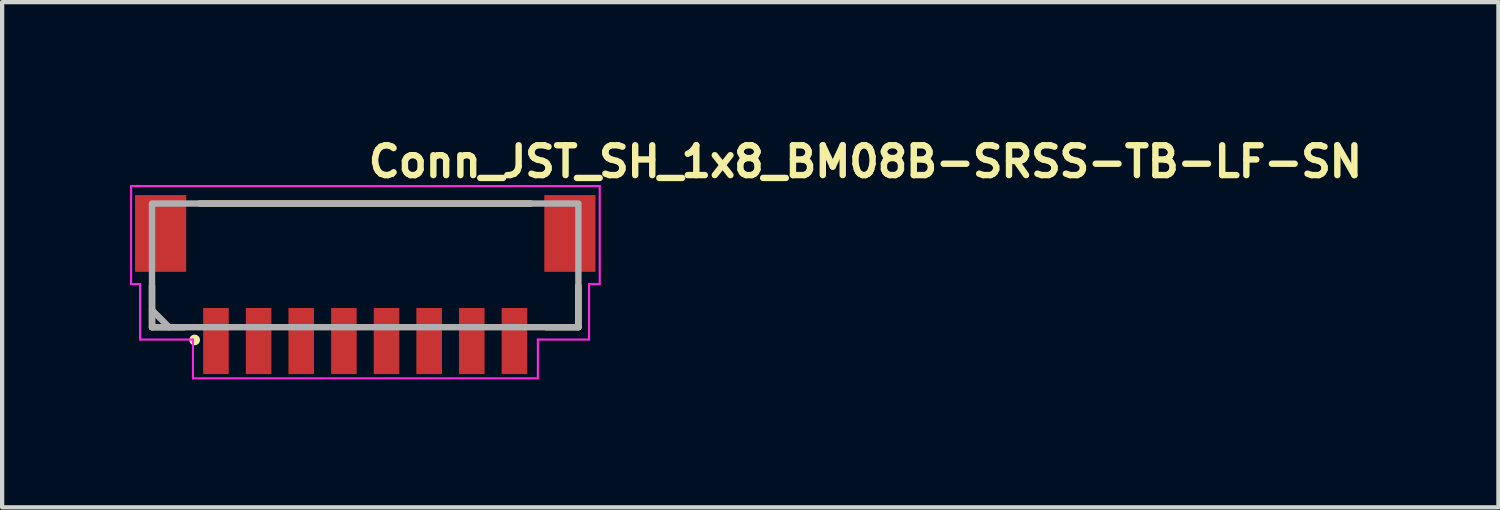
<source format=kicad_pcb>
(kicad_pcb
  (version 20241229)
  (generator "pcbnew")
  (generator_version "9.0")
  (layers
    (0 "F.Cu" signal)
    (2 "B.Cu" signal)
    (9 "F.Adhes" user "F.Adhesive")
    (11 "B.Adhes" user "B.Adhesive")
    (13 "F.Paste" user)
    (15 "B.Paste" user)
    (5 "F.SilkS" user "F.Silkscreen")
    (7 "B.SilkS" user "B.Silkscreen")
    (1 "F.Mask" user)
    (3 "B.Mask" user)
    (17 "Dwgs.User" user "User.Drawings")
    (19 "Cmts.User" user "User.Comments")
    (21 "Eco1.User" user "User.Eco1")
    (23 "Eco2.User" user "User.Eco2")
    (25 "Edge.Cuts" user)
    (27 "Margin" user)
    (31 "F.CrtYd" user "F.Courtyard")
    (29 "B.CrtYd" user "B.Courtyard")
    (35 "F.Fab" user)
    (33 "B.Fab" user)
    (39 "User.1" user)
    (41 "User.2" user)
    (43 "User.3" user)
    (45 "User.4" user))
  (footprint "Conn_JST_SH_1x8_BM08B-SRSS-TB-LF-SN"
    (layer "F.Cu")
    (at 5.515 3.65)
    (property "Reference" "Conn_JST_SH_1x8_BM08B-SRSS-TB-LF-SN" (at 0 -2.5 0) (layer "F.SilkS") (effects (font (size 0.7 0.7) (thickness 0.15)) (justify left bottom)))
    (attr smd)
    (fp_line (start -5 0.973) (end -5 0) (stroke (width 0.15) (type solid)) (layer "F.SilkS"))
    (fp_line (start -4.242 0.973) (end -5 0.973) (stroke (width 0.15) (type solid)) (layer "F.SilkS"))
    (fp_line (start 3.88 -1.926) (end -3.88 -1.926) (stroke (width 0.15) (type solid)) (layer "F.SilkS"))
    (fp_line (start 4.242 0.973) (end 5 0.973) (stroke (width 0.15) (type solid)) (layer "F.SilkS"))
    (fp_line (start 5 0.973) (end 5 0) (stroke (width 0.15) (type solid)) (layer "F.SilkS"))
    (fp_circle (center -4 1.273) (end -3.95 1.273) (stroke (width 0.15) (type solid)) (fill yes) (layer "F.SilkS"))
    (fp_line (start -5.49 -2.337) (end 5.5 -2.337) (stroke (width 0.05) (type solid)) (layer "F.CrtYd"))
    (fp_line (start -5.49 -0.037) (end -5.49 -2.337) (stroke (width 0.05) (type solid)) (layer "F.CrtYd"))
    (fp_line (start -5.28 -0.037) (end -5.49 -0.037) (stroke (width 0.05) (type solid)) (layer "F.CrtYd"))
    (fp_line (start -5.28 1.263) (end -5.28 -0.037) (stroke (width 0.05) (type solid)) (layer "F.CrtYd"))
    (fp_line (start -4.04 1.263) (end -5.28 1.263) (stroke (width 0.05) (type solid)) (layer "F.CrtYd"))
    (fp_line (start -4.04 2.173) (end -4.04 1.263) (stroke (width 0.05) (type solid)) (layer "F.CrtYd"))
    (fp_line (start 4.05 1.263) (end 4.05 2.173) (stroke (width 0.05) (type solid)) (layer "F.CrtYd"))
    (fp_line (start 4.05 2.173) (end -4.04 2.173) (stroke (width 0.05) (type solid)) (layer "F.CrtYd"))
    (fp_line (start 5.25 -0.037) (end 5.25 1.263) (stroke (width 0.05) (type solid)) (layer "F.CrtYd"))
    (fp_line (start 5.25 1.263) (end 4.05 1.263) (stroke (width 0.05) (type solid)) (layer "F.CrtYd"))
    (fp_line (start 5.5 -2.337) (end 5.5 -0.037) (stroke (width 0.05) (type solid)) (layer "F.CrtYd"))
    (fp_line (start 5.5 -0.037) (end 5.25 -0.037) (stroke (width 0.05) (type solid)) (layer "F.CrtYd"))
    (fp_line (start -5 0.573) (end -4.6 0.973) (stroke (width 0.15) (type solid)) (layer "F.Fab"))
    (fp_rect (start -5 -1.927) (end 5 0.973) (stroke (width 0.15) (type solid)) (fill no) (layer "F.Fab"))
    (fp_rect (start 5 1.673) (end -5 -1.927) (stroke (width 0.1) (type solid)) (fill no) (layer "User.5"))
    (fp_line (start -4.999 -1.926) (end -4.999 -0.225) (stroke (width 0.02) (type solid)) (layer "User.9"))
    (fp_line (start -4.999 -1.926) (end 5 -1.926) (stroke (width 0.02) (type solid)) (layer "User.9"))
    (fp_line (start -4.999 0.425) (end -4.999 -0.225) (stroke (width 0.02) (type solid)) (layer "User.9"))
    (fp_line (start -4.999 0.974) (end -4.999 0.425) (stroke (width 0.02) (type solid)) (layer "User.9"))
    (fp_line (start -4.548 -1.025) (end -4.548 -0.425) (stroke (width 0.02) (type solid)) (layer "User.9"))
    (fp_line (start -4.548 -0.425) (end -4.2 -0.425) (stroke (width 0.02) (type solid)) (layer "User.9"))
    (fp_line (start -4.498 -0.225) (end -4.999 -0.225) (stroke (width 0.02) (type solid)) (layer "User.9"))
    (fp_line (start -4.498 -0.225) (end -4.498 0.974) (stroke (width 0.02) (type solid)) (layer "User.9"))
    (fp_line (start -4.498 0.425) (end -4.999 0.425) (stroke (width 0.02) (type solid)) (layer "User.9"))
    (fp_line (start -4.498 0.974) (end -4.999 0.974) (stroke (width 0.02) (type solid)) (layer "User.9"))
    (fp_line (start -4.498 0.974) (end 4.5 0.974) (stroke (width 0.02) (type solid)) (layer "User.9"))
    (fp_line (start -4.2 -1.525) (end -4.2 -1.025) (stroke (width 0.02) (type solid)) (layer "User.9"))
    (fp_line (start -4.2 -1.025) (end -4.548 -1.025) (stroke (width 0.02) (type solid)) (layer "User.9"))
    (fp_line (start -4.2 -0.425) (end -4.2 -1.025) (stroke (width 0.02) (type solid)) (layer "User.9"))
    (fp_line (start -4.2 -0.425) (end -4.2 0.575) (stroke (width 0.02) (type solid)) (layer "User.9"))
    (fp_line (start -4.2 0.575) (end 4.202 0.575) (stroke (width 0.02) (type solid)) (layer "User.9"))
    (fp_line (start -3.6 -1.105) (end -3.398 -1.105) (stroke (width 0.02) (type solid)) (layer "User.9"))
    (fp_line (start -3.6 -0.755) (end -3.6 -1.105) (stroke (width 0.02) (type solid)) (layer "User.9"))
    (fp_line (start -3.6 -0.755) (end -3.398 -0.755) (stroke (width 0.02) (type solid)) (layer "User.9"))
    (fp_line (start -3.6 -0.625) (end -3.6 -0.755) (stroke (width 0.02) (type solid)) (layer "User.9"))
    (fp_line (start -3.6 -0.625) (end -3.398 -0.625) (stroke (width 0.02) (type solid)) (layer "User.9"))
    (fp_line (start -3.6 1.673) (end -3.6 0.974) (stroke (width 0.02) (type solid)) (layer "User.9"))
    (fp_line (start -3.6 1.673) (end -3.398 1.673) (stroke (width 0.02) (type solid)) (layer "User.9"))
    (fp_line (start -3.398 -0.755) (end -3.398 -1.105) (stroke (width 0.02) (type solid)) (layer "User.9"))
    (fp_line (start -3.398 -0.625) (end -3.398 -0.755) (stroke (width 0.02) (type solid)) (layer "User.9"))
    (fp_line (start -3.398 1.673) (end -3.398 0.974) (stroke (width 0.02) (type solid)) (layer "User.9"))
    (fp_line (start -2.599 -1.105) (end -2.399 -1.105) (stroke (width 0.02) (type solid)) (layer "User.9"))
    (fp_line (start -2.599 -0.755) (end -2.599 -1.105) (stroke (width 0.02) (type solid)) (layer "User.9"))
    (fp_line (start -2.599 -0.755) (end -2.399 -0.755) (stroke (width 0.02) (type solid)) (layer "User.9"))
    (fp_line (start -2.599 -0.625) (end -2.599 -0.755) (stroke (width 0.02) (type solid)) (layer "User.9"))
    (fp_line (start -2.599 -0.625) (end -2.399 -0.625) (stroke (width 0.02) (type solid)) (layer "User.9"))
    (fp_line (start -2.599 1.673) (end -2.599 0.974) (stroke (width 0.02) (type solid)) (layer "User.9"))
    (fp_line (start -2.599 1.673) (end -2.399 1.673) (stroke (width 0.02) (type solid)) (layer "User.9"))
    (fp_line (start -2.399 -0.755) (end -2.399 -1.105) (stroke (width 0.02) (type solid)) (layer "User.9"))
    (fp_line (start -2.399 -0.625) (end -2.399 -0.755) (stroke (width 0.02) (type solid)) (layer "User.9"))
    (fp_line (start -2.399 1.673) (end -2.399 0.974) (stroke (width 0.02) (type solid)) (layer "User.9"))
    (fp_line (start -1.599 -1.105) (end -1.399 -1.105) (stroke (width 0.02) (type solid)) (layer "User.9"))
    (fp_line (start -1.599 -0.755) (end -1.599 -1.105) (stroke (width 0.02) (type solid)) (layer "User.9"))
    (fp_line (start -1.599 -0.755) (end -1.399 -0.755) (stroke (width 0.02) (type solid)) (layer "User.9"))
    (fp_line (start -1.599 -0.625) (end -1.599 -0.755) (stroke (width 0.02) (type solid)) (layer "User.9"))
    (fp_line (start -1.599 -0.625) (end -1.399 -0.625) (stroke (width 0.02) (type solid)) (layer "User.9"))
    (fp_line (start -1.599 1.673) (end -1.599 0.974) (stroke (width 0.02) (type solid)) (layer "User.9"))
    (fp_line (start -1.599 1.673) (end -1.399 1.673) (stroke (width 0.02) (type solid)) (layer "User.9"))
    (fp_line (start -1.399 -0.755) (end -1.399 -1.105) (stroke (width 0.02) (type solid)) (layer "User.9"))
    (fp_line (start -1.399 -0.625) (end -1.399 -0.755) (stroke (width 0.02) (type solid)) (layer "User.9"))
    (fp_line (start -1.399 1.673) (end -1.399 0.974) (stroke (width 0.02) (type solid)) (layer "User.9"))
    (fp_line (start -0.6 -1.105) (end -0.399 -1.105) (stroke (width 0.02) (type solid)) (layer "User.9"))
    (fp_line (start -0.6 -0.755) (end -0.6 -1.105) (stroke (width 0.02) (type solid)) (layer "User.9"))
    (fp_line (start -0.6 -0.755) (end -0.399 -0.755) (stroke (width 0.02) (type solid)) (layer "User.9"))
    (fp_line (start -0.6 -0.625) (end -0.6 -0.755) (stroke (width 0.02) (type solid)) (layer "User.9"))
    (fp_line (start -0.6 -0.625) (end -0.399 -0.625) (stroke (width 0.02) (type solid)) (layer "User.9"))
    (fp_line (start -0.6 1.673) (end -0.6 0.974) (stroke (width 0.02) (type solid)) (layer "User.9"))
    (fp_line (start -0.6 1.673) (end -0.399 1.673) (stroke (width 0.02) (type solid)) (layer "User.9"))
    (fp_line (start -0.399 -0.755) (end -0.399 -1.105) (stroke (width 0.02) (type solid)) (layer "User.9"))
    (fp_line (start -0.399 -0.625) (end -0.399 -0.755) (stroke (width 0.02) (type solid)) (layer "User.9"))
    (fp_line (start -0.399 1.673) (end -0.399 0.974) (stroke (width 0.02) (type solid)) (layer "User.9"))
    (fp_line (start 0.4 -1.105) (end 0.6 -1.105) (stroke (width 0.02) (type solid)) (layer "User.9"))
    (fp_line (start 0.4 -0.755) (end 0.4 -1.105) (stroke (width 0.02) (type solid)) (layer "User.9"))
    (fp_line (start 0.4 -0.755) (end 0.6 -0.755) (stroke (width 0.02) (type solid)) (layer "User.9"))
    (fp_line (start 0.4 -0.625) (end 0.4 -0.755) (stroke (width 0.02) (type solid)) (layer "User.9"))
    (fp_line (start 0.4 -0.625) (end 0.6 -0.625) (stroke (width 0.02) (type solid)) (layer "User.9"))
    (fp_line (start 0.4 1.673) (end 0.4 0.974) (stroke (width 0.02) (type solid)) (layer "User.9"))
    (fp_line (start 0.4 1.673) (end 0.6 1.673) (stroke (width 0.02) (type solid)) (layer "User.9"))
    (fp_line (start 0.6 -0.755) (end 0.6 -1.105) (stroke (width 0.02) (type solid)) (layer "User.9"))
    (fp_line (start 0.6 -0.625) (end 0.6 -0.755) (stroke (width 0.02) (type solid)) (layer "User.9"))
    (fp_line (start 0.6 1.673) (end 0.6 0.974) (stroke (width 0.02) (type solid)) (layer "User.9"))
    (fp_line (start 1.401 -1.105) (end 1.601 -1.105) (stroke (width 0.02) (type solid)) (layer "User.9"))
    (fp_line (start 1.401 -0.755) (end 1.401 -1.105) (stroke (width 0.02) (type solid)) (layer "User.9"))
    (fp_line (start 1.401 -0.755) (end 1.601 -0.755) (stroke (width 0.02) (type solid)) (layer "User.9"))
    (fp_line (start 1.401 -0.625) (end 1.401 -0.755) (stroke (width 0.02) (type solid)) (layer "User.9"))
    (fp_line (start 1.401 -0.625) (end 1.601 -0.625) (stroke (width 0.02) (type solid)) (layer "User.9"))
    (fp_line (start 1.401 1.673) (end 1.401 0.974) (stroke (width 0.02) (type solid)) (layer "User.9"))
    (fp_line (start 1.401 1.673) (end 1.601 1.673) (stroke (width 0.02) (type solid)) (layer "User.9"))
    (fp_line (start 1.601 -0.755) (end 1.601 -1.105) (stroke (width 0.02) (type solid)) (layer "User.9"))
    (fp_line (start 1.601 -0.625) (end 1.601 -0.755) (stroke (width 0.02) (type solid)) (layer "User.9"))
    (fp_line (start 1.601 1.673) (end 1.601 0.974) (stroke (width 0.02) (type solid)) (layer "User.9"))
    (fp_line (start 2.401 -1.105) (end 2.601 -1.105) (stroke (width 0.02) (type solid)) (layer "User.9"))
    (fp_line (start 2.401 -0.755) (end 2.401 -1.105) (stroke (width 0.02) (type solid)) (layer "User.9"))
    (fp_line (start 2.401 -0.755) (end 2.601 -0.755) (stroke (width 0.02) (type solid)) (layer "User.9"))
    (fp_line (start 2.401 -0.625) (end 2.401 -0.755) (stroke (width 0.02) (type solid)) (layer "User.9"))
    (fp_line (start 2.401 -0.625) (end 2.601 -0.625) (stroke (width 0.02) (type solid)) (layer "User.9"))
    (fp_line (start 2.401 1.673) (end 2.401 0.974) (stroke (width 0.02) (type solid)) (layer "User.9"))
    (fp_line (start 2.401 1.673) (end 2.601 1.673) (stroke (width 0.02) (type solid)) (layer "User.9"))
    (fp_line (start 2.601 -0.755) (end 2.601 -1.105) (stroke (width 0.02) (type solid)) (layer "User.9"))
    (fp_line (start 2.601 -0.625) (end 2.601 -0.755) (stroke (width 0.02) (type solid)) (layer "User.9"))
    (fp_line (start 2.601 1.673) (end 2.601 0.974) (stroke (width 0.02) (type solid)) (layer "User.9"))
    (fp_line (start 3.401 -1.105) (end 3.601 -1.105) (stroke (width 0.02) (type solid)) (layer "User.9"))
    (fp_line (start 3.401 -0.755) (end 3.401 -1.105) (stroke (width 0.02) (type solid)) (layer "User.9"))
    (fp_line (start 3.401 -0.755) (end 3.601 -0.755) (stroke (width 0.02) (type solid)) (layer "User.9"))
    (fp_line (start 3.401 -0.625) (end 3.401 -0.755) (stroke (width 0.02) (type solid)) (layer "User.9"))
    (fp_line (start 3.401 -0.625) (end 3.601 -0.625) (stroke (width 0.02) (type solid)) (layer "User.9"))
    (fp_line (start 3.401 1.673) (end 3.401 0.974) (stroke (width 0.02) (type solid)) (layer "User.9"))
    (fp_line (start 3.401 1.673) (end 3.601 1.673) (stroke (width 0.02) (type solid)) (layer "User.9"))
    (fp_line (start 3.601 -0.755) (end 3.601 -1.105) (stroke (width 0.02) (type solid)) (layer "User.9"))
    (fp_line (start 3.601 -0.625) (end 3.601 -0.755) (stroke (width 0.02) (type solid)) (layer "User.9"))
    (fp_line (start 3.601 1.673) (end 3.601 0.974) (stroke (width 0.02) (type solid)) (layer "User.9"))
    (fp_line (start 4.202 -1.525) (end -4.2 -1.525) (stroke (width 0.02) (type solid)) (layer "User.9"))
    (fp_line (start 4.202 -1.025) (end 4.202 -1.525) (stroke (width 0.02) (type solid)) (layer "User.9"))
    (fp_line (start 4.202 -1.025) (end 4.202 -0.425) (stroke (width 0.02) (type solid)) (layer "User.9"))
    (fp_line (start 4.202 -0.425) (end 4.551 -0.425) (stroke (width 0.02) (type solid)) (layer "User.9"))
    (fp_line (start 4.202 0.575) (end 4.202 -0.425) (stroke (width 0.02) (type solid)) (layer "User.9"))
    (fp_line (start 4.5 -0.225) (end 4.5 0.974) (stroke (width 0.02) (type solid)) (layer "User.9"))
    (fp_line (start 4.5 -0.225) (end 5 -0.225) (stroke (width 0.02) (type solid)) (layer "User.9"))
    (fp_line (start 4.5 0.425) (end 5 0.425) (stroke (width 0.02) (type solid)) (layer "User.9"))
    (fp_line (start 4.5 0.974) (end 5 0.974) (stroke (width 0.02) (type solid)) (layer "User.9"))
    (fp_line (start 4.551 -1.025) (end 4.202 -1.025) (stroke (width 0.02) (type solid)) (layer "User.9"))
    (fp_line (start 4.551 -0.425) (end 4.551 -1.025) (stroke (width 0.02) (type solid)) (layer "User.9"))
    (fp_line (start 5 -1.926) (end 5 -0.225) (stroke (width 0.02) (type solid)) (layer "User.9"))
    (fp_line (start 5 0.425) (end 5 -0.225) (stroke (width 0.02) (type solid)) (layer "User.9"))
    (fp_line (start 5 0.974) (end 5 0.425) (stroke (width 0.02) (type solid)) (layer "User.9"))
    (pad "1" smd rect (at -3.5 1.298 180) (size 0.6 1.55) (layers "F.Cu" "F.Mask" "F.Paste"))
    (pad "2" smd rect (at -2.5 1.298 180) (size 0.6 1.55) (layers "F.Cu" "F.Mask" "F.Paste"))
    (pad "3" smd rect (at -1.5 1.298 180) (size 0.6 1.55) (layers "F.Cu" "F.Mask" "F.Paste"))
    (pad "4" smd rect (at -0.5 1.298 180) (size 0.6 1.55) (layers "F.Cu" "F.Mask" "F.Paste"))
    (pad "5" smd rect (at 0.5 1.298 180) (size 0.6 1.55) (layers "F.Cu" "F.Mask" "F.Paste"))
    (pad "6" smd rect (at 1.5 1.298 180) (size 0.6 1.55) (layers "F.Cu" "F.Mask" "F.Paste"))
    (pad "7" smd rect (at 2.5 1.298 180) (size 0.6 1.55) (layers "F.Cu" "F.Mask" "F.Paste"))
    (pad "8" smd rect (at 3.5 1.298 180) (size 0.6 1.55) (layers "F.Cu" "F.Mask" "F.Paste"))
    (pad "MP" smd rect (at -4.798 -1.225 180) (size 1.2 1.8) (layers "F.Cu" "F.Mask" "F.Paste"))
    (pad "MP" smd rect (at 4.801 -1.225 180) (size 1.2 1.8) (layers "F.Cu" "F.Mask" "F.Paste")))
  (gr_rect
    (start -3 -3)
    (end 32.092 8.848)
    (stroke (width 0.1) (type default))
    (fill no)
    (layer "Edge.Cuts")))
</source>
